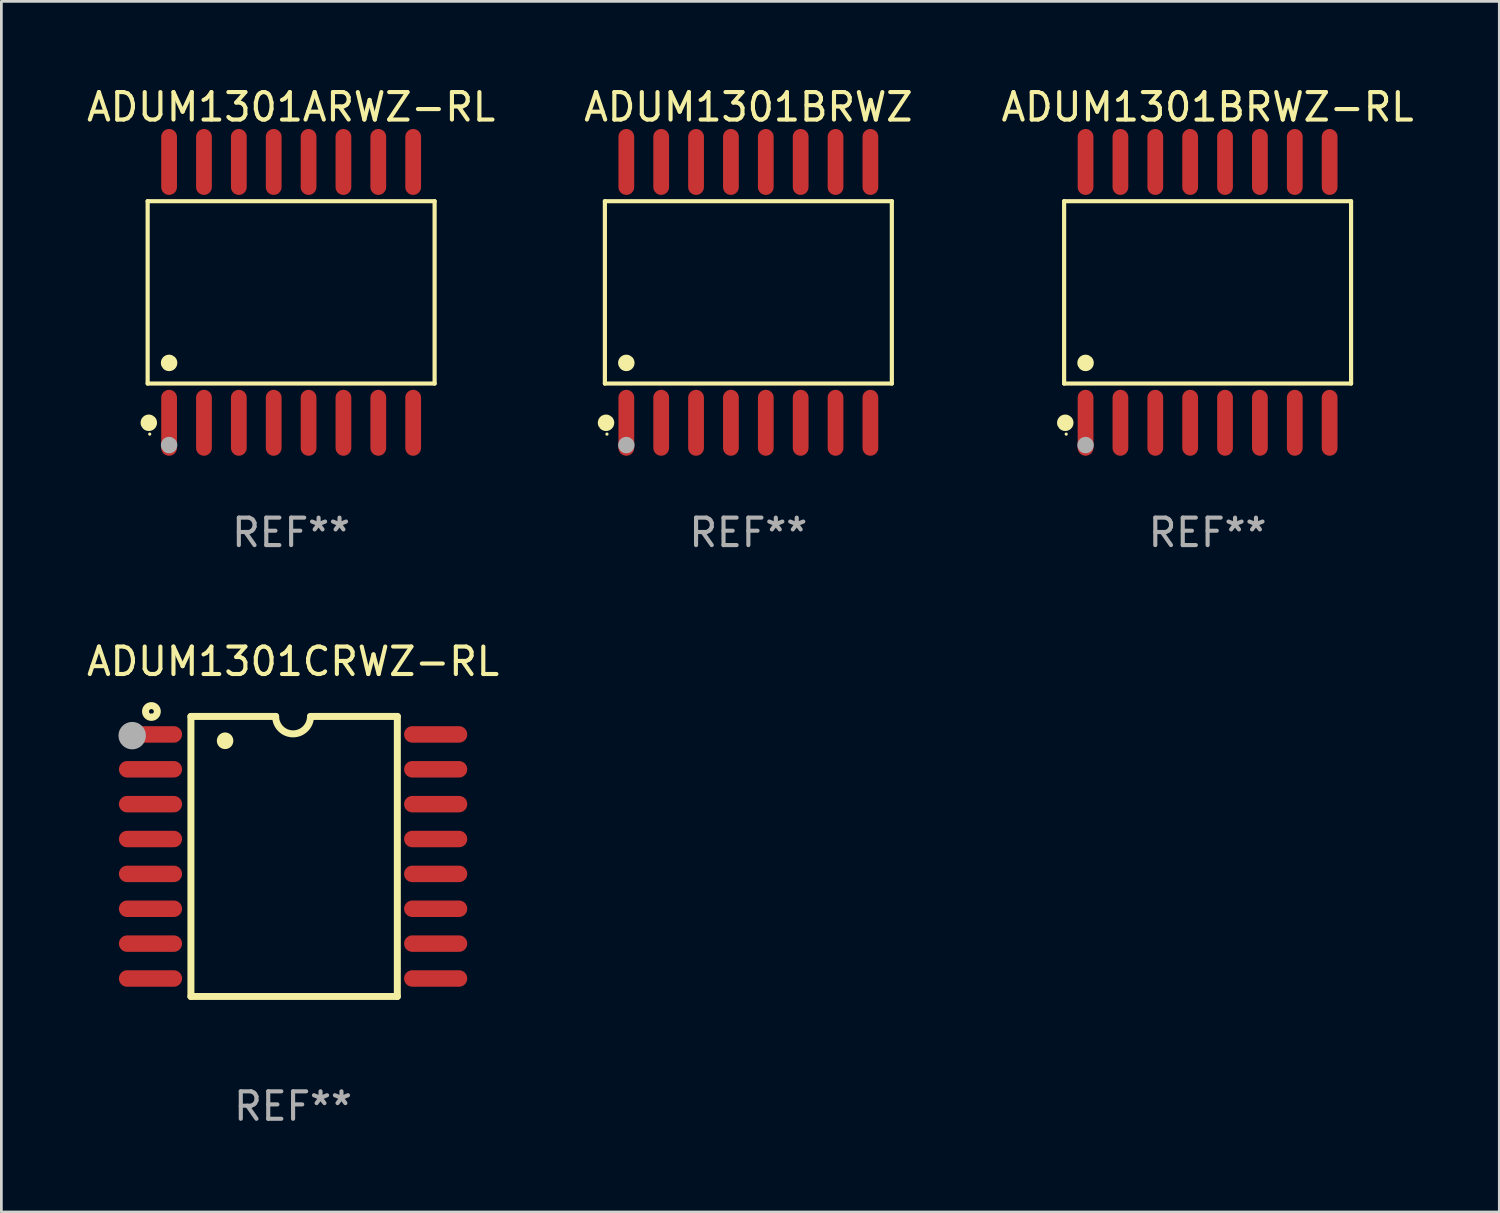
<source format=kicad_pcb>
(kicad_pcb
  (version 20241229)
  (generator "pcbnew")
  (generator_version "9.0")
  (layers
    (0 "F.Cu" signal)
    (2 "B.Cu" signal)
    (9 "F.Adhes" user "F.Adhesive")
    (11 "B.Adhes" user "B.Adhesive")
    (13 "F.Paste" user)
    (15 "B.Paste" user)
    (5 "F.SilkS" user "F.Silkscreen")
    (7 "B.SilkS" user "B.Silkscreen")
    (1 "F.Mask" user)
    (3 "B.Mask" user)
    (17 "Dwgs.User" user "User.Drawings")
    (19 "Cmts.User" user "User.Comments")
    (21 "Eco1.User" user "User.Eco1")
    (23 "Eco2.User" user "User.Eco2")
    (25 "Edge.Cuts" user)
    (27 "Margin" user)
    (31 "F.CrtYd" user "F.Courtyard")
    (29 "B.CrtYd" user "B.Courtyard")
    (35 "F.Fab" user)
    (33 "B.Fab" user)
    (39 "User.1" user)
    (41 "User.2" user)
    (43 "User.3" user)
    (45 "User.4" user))
  (footprint "ADUM1301CRWZ-RL"
    (layer "F.Cu")
    (at 7.625 28.145)
    (property "Reference" "ADUM1301CRWZ-RL" (at 0 -7.1 0) (layer "F.SilkS") (effects (font (size 1 1) (thickness 0.15))))
    (attr through_hole)
    (fp_line (start -3.721 -5.1) (end -3.721 5.1) (stroke (width 0.254) (type solid)) (layer "F.SilkS"))
    (fp_line (start -3.721 -5.1) (end -0.635 -5.1) (stroke (width 0.254) (type solid)) (layer "F.SilkS"))
    (fp_line (start -3.721 5.1) (end 3.797 5.1) (stroke (width 0.254) (type solid)) (layer "F.SilkS"))
    (fp_line (start 3.797 -5.1) (end 0.635 -5.1) (stroke (width 0.254) (type solid)) (layer "F.SilkS"))
    (fp_line (start 3.797 5.1) (end 3.797 -5.1) (stroke (width 0.254) (type solid)) (layer "F.SilkS"))
    (fp_arc (start -2.476556 -4.211328) (mid -2.476567 -4.213868) (end -2.476556 -4.216408) (stroke (width 0.6) (type solid)) (layer "F.SilkS"))
    (fp_arc (start 0.63495 -5.100076) (mid -0.000178 -4.465329) (end -0.635052 -5.10033) (stroke (width 0.254001) (type solid)) (layer "F.SilkS"))
    (fp_circle (center -5.16 -5.28) (end -4.945 -5.28) (stroke (width 0.254) (type solid)) (fill no) (layer "F.SilkS"))
    (fp_circle (center -5.15 -5.15) (end -5.12 -5.15) (stroke (width 0.06) (type solid)) (fill no) (layer "F.SilkS"))
    (fp_circle (center -5.86 -4.4) (end -5.61 -4.4) (stroke (width 0.5) (type solid)) (fill no) (layer "F.Fab"))
    (fp_text user "REF**" (at 0 9.1 0) (layer "F.Fab") (effects (font (size 1 1) (thickness 0.15))))
    (pad "1" smd oval (at -5.194 -4.445) (size 2.3 0.6) (layers "F.Cu" "F.Mask" "F.Paste"))
    (pad "2" smd oval (at -5.194 -3.175) (size 2.3 0.6) (layers "F.Cu" "F.Mask" "F.Paste"))
    (pad "3" smd oval (at -5.194 -1.905) (size 2.3 0.6) (layers "F.Cu" "F.Mask" "F.Paste"))
    (pad "4" smd oval (at -5.194 -0.635) (size 2.3 0.6) (layers "F.Cu" "F.Mask" "F.Paste"))
    (pad "5" smd oval (at -5.194 0.635) (size 2.3 0.6) (layers "F.Cu" "F.Mask" "F.Paste"))
    (pad "6" smd oval (at -5.194 1.905) (size 2.3 0.6) (layers "F.Cu" "F.Mask" "F.Paste"))
    (pad "7" smd oval (at -5.194 3.175) (size 2.3 0.6) (layers "F.Cu" "F.Mask" "F.Paste"))
    (pad "8" smd oval (at -5.194 4.445) (size 2.3 0.6) (layers "F.Cu" "F.Mask" "F.Paste"))
    (pad "9" smd oval (at 5.194 4.445) (size 2.3 0.6) (layers "F.Cu" "F.Mask" "F.Paste"))
    (pad "10" smd oval (at 5.194 3.175) (size 2.3 0.6) (layers "F.Cu" "F.Mask" "F.Paste"))
    (pad "11" smd oval (at 5.194 1.905) (size 2.3 0.6) (layers "F.Cu" "F.Mask" "F.Paste"))
    (pad "12" smd oval (at 5.194 0.635) (size 2.3 0.6) (layers "F.Cu" "F.Mask" "F.Paste"))
    (pad "13" smd oval (at 5.194 -0.635) (size 2.3 0.6) (layers "F.Cu" "F.Mask" "F.Paste"))
    (pad "14" smd oval (at 5.194 -1.905) (size 2.3 0.6) (layers "F.Cu" "F.Mask" "F.Paste"))
    (pad "15" smd oval (at 5.194 -3.175) (size 2.3 0.6) (layers "F.Cu" "F.Mask" "F.Paste"))
    (pad "16" smd oval (at 5.194 -4.445) (size 2.3 0.6) (layers "F.Cu" "F.Mask" "F.Paste")))
  (footprint "ADUM1301BRWZ"
    (layer "F.Cu")
    (at 24.208 7.599)
    (property "Reference" "ADUM1301BRWZ" (at 0 -6.75 0) (layer "F.SilkS") (effects (font (size 1 1) (thickness 0.15))))
    (attr through_hole)
    (fp_line (start -5.226 -3.321) (end 5.226 -3.321) (stroke (width 0.152) (type solid)) (layer "F.SilkS"))
    (fp_line (start -5.226 3.321) (end -5.226 -3.321) (stroke (width 0.152) (type solid)) (layer "F.SilkS"))
    (fp_line (start 5.226 -3.321) (end 5.226 3.321) (stroke (width 0.152) (type solid)) (layer "F.SilkS"))
    (fp_line (start 5.226 3.321) (end -5.226 3.321) (stroke (width 0.152) (type solid)) (layer "F.SilkS"))
    (fp_circle (center -5.184 4.75) (end -5.034 4.75) (stroke (width 0.3) (type solid)) (fill no) (layer "F.SilkS"))
    (fp_circle (center -5.15 5.163) (end -5.12 5.163) (stroke (width 0.06) (type solid)) (fill no) (layer "F.SilkS"))
    (fp_circle (center -4.445 2.569) (end -4.295 2.569) (stroke (width 0.3) (type solid)) (fill no) (layer "F.SilkS"))
    (fp_circle (center -4.445 5.563) (end -4.295 5.563) (stroke (width 0.3) (type solid)) (fill no) (layer "F.Fab"))
    (fp_text user "REF**" (at 0 8.75 0) (layer "F.Fab") (effects (font (size 1 1) (thickness 0.15))))
    (pad "1" smd oval (at -4.445 4.75) (size 0.574 2.401) (layers "F.Cu" "F.Mask" "F.Paste"))
    (pad "2" smd oval (at -3.175 4.75) (size 0.574 2.401) (layers "F.Cu" "F.Mask" "F.Paste"))
    (pad "3" smd oval (at -1.905 4.75) (size 0.574 2.401) (layers "F.Cu" "F.Mask" "F.Paste"))
    (pad "4" smd oval (at -0.635 4.75) (size 0.574 2.401) (layers "F.Cu" "F.Mask" "F.Paste"))
    (pad "5" smd oval (at 0.635 4.75) (size 0.574 2.401) (layers "F.Cu" "F.Mask" "F.Paste"))
    (pad "6" smd oval (at 1.905 4.75) (size 0.574 2.401) (layers "F.Cu" "F.Mask" "F.Paste"))
    (pad "7" smd oval (at 3.175 4.75) (size 0.574 2.401) (layers "F.Cu" "F.Mask" "F.Paste"))
    (pad "8" smd oval (at 4.445 4.75) (size 0.574 2.401) (layers "F.Cu" "F.Mask" "F.Paste"))
    (pad "9" smd oval (at 4.445 -4.75) (size 0.574 2.401) (layers "F.Cu" "F.Mask" "F.Paste"))
    (pad "10" smd oval (at 3.175 -4.75) (size 0.574 2.401) (layers "F.Cu" "F.Mask" "F.Paste"))
    (pad "11" smd oval (at 1.905 -4.75) (size 0.574 2.401) (layers "F.Cu" "F.Mask" "F.Paste"))
    (pad "12" smd oval (at 0.635 -4.75) (size 0.574 2.401) (layers "F.Cu" "F.Mask" "F.Paste"))
    (pad "13" smd oval (at -0.635 -4.75) (size 0.574 2.401) (layers "F.Cu" "F.Mask" "F.Paste"))
    (pad "14" smd oval (at -1.905 -4.75) (size 0.574 2.401) (layers "F.Cu" "F.Mask" "F.Paste"))
    (pad "15" smd oval (at -3.175 -4.75) (size 0.574 2.401) (layers "F.Cu" "F.Mask" "F.Paste"))
    (pad "16" smd oval (at -4.445 -4.75) (size 0.574 2.401) (layers "F.Cu" "F.Mask" "F.Paste")))
  (footprint "ADUM1301ARWZ-RL"
    (layer "F.Cu")
    (at 7.554 7.599)
    (property "Reference" "ADUM1301ARWZ-RL" (at 0 -6.75 0) (layer "F.SilkS") (effects (font (size 1 1) (thickness 0.15))))
    (attr through_hole)
    (fp_line (start -5.226 -3.321) (end 5.226 -3.321) (stroke (width 0.152) (type solid)) (layer "F.SilkS"))
    (fp_line (start -5.226 3.321) (end -5.226 -3.321) (stroke (width 0.152) (type solid)) (layer "F.SilkS"))
    (fp_line (start 5.226 -3.321) (end 5.226 3.321) (stroke (width 0.152) (type solid)) (layer "F.SilkS"))
    (fp_line (start 5.226 3.321) (end -5.226 3.321) (stroke (width 0.152) (type solid)) (layer "F.SilkS"))
    (fp_circle (center -5.184 4.75) (end -5.034 4.75) (stroke (width 0.3) (type solid)) (fill no) (layer "F.SilkS"))
    (fp_circle (center -5.15 5.163) (end -5.12 5.163) (stroke (width 0.06) (type solid)) (fill no) (layer "F.SilkS"))
    (fp_circle (center -4.445 2.569) (end -4.295 2.569) (stroke (width 0.3) (type solid)) (fill no) (layer "F.SilkS"))
    (fp_circle (center -4.445 5.563) (end -4.295 5.563) (stroke (width 0.3) (type solid)) (fill no) (layer "F.Fab"))
    (fp_text user "REF**" (at 0 8.75 0) (layer "F.Fab") (effects (font (size 1 1) (thickness 0.15))))
    (pad "1" smd oval (at -4.445 4.75) (size 0.574 2.401) (layers "F.Cu" "F.Mask" "F.Paste"))
    (pad "2" smd oval (at -3.175 4.75) (size 0.574 2.401) (layers "F.Cu" "F.Mask" "F.Paste"))
    (pad "3" smd oval (at -1.905 4.75) (size 0.574 2.401) (layers "F.Cu" "F.Mask" "F.Paste"))
    (pad "4" smd oval (at -0.635 4.75) (size 0.574 2.401) (layers "F.Cu" "F.Mask" "F.Paste"))
    (pad "5" smd oval (at 0.635 4.75) (size 0.574 2.401) (layers "F.Cu" "F.Mask" "F.Paste"))
    (pad "6" smd oval (at 1.905 4.75) (size 0.574 2.401) (layers "F.Cu" "F.Mask" "F.Paste"))
    (pad "7" smd oval (at 3.175 4.75) (size 0.574 2.401) (layers "F.Cu" "F.Mask" "F.Paste"))
    (pad "8" smd oval (at 4.445 4.75) (size 0.574 2.401) (layers "F.Cu" "F.Mask" "F.Paste"))
    (pad "9" smd oval (at 4.445 -4.75) (size 0.574 2.401) (layers "F.Cu" "F.Mask" "F.Paste"))
    (pad "10" smd oval (at 3.175 -4.75) (size 0.574 2.401) (layers "F.Cu" "F.Mask" "F.Paste"))
    (pad "11" smd oval (at 1.905 -4.75) (size 0.574 2.401) (layers "F.Cu" "F.Mask" "F.Paste"))
    (pad "12" smd oval (at 0.635 -4.75) (size 0.574 2.401) (layers "F.Cu" "F.Mask" "F.Paste"))
    (pad "13" smd oval (at -0.635 -4.75) (size 0.574 2.401) (layers "F.Cu" "F.Mask" "F.Paste"))
    (pad "14" smd oval (at -1.905 -4.75) (size 0.574 2.401) (layers "F.Cu" "F.Mask" "F.Paste"))
    (pad "15" smd oval (at -3.175 -4.75) (size 0.574 2.401) (layers "F.Cu" "F.Mask" "F.Paste"))
    (pad "16" smd oval (at -4.445 -4.75) (size 0.574 2.401) (layers "F.Cu" "F.Mask" "F.Paste")))
  (footprint "ADUM1301BRWZ-RL"
    (layer "F.Cu")
    (at 40.935 7.599)
    (property "Reference" "ADUM1301BRWZ-RL" (at 0 -6.75 0) (layer "F.SilkS") (effects (font (size 1 1) (thickness 0.15))))
    (attr through_hole)
    (fp_line (start -5.226 -3.321) (end 5.226 -3.321) (stroke (width 0.152) (type solid)) (layer "F.SilkS"))
    (fp_line (start -5.226 3.321) (end -5.226 -3.321) (stroke (width 0.152) (type solid)) (layer "F.SilkS"))
    (fp_line (start 5.226 -3.321) (end 5.226 3.321) (stroke (width 0.152) (type solid)) (layer "F.SilkS"))
    (fp_line (start 5.226 3.321) (end -5.226 3.321) (stroke (width 0.152) (type solid)) (layer "F.SilkS"))
    (fp_circle (center -5.184 4.75) (end -5.034 4.75) (stroke (width 0.3) (type solid)) (fill no) (layer "F.SilkS"))
    (fp_circle (center -5.15 5.163) (end -5.12 5.163) (stroke (width 0.06) (type solid)) (fill no) (layer "F.SilkS"))
    (fp_circle (center -4.445 2.569) (end -4.295 2.569) (stroke (width 0.3) (type solid)) (fill no) (layer "F.SilkS"))
    (fp_circle (center -4.445 5.563) (end -4.295 5.563) (stroke (width 0.3) (type solid)) (fill no) (layer "F.Fab"))
    (fp_text user "REF**" (at 0 8.75 0) (layer "F.Fab") (effects (font (size 1 1) (thickness 0.15))))
    (pad "1" smd oval (at -4.445 4.75) (size 0.574 2.401) (layers "F.Cu" "F.Mask" "F.Paste"))
    (pad "2" smd oval (at -3.175 4.75) (size 0.574 2.401) (layers "F.Cu" "F.Mask" "F.Paste"))
    (pad "3" smd oval (at -1.905 4.75) (size 0.574 2.401) (layers "F.Cu" "F.Mask" "F.Paste"))
    (pad "4" smd oval (at -0.635 4.75) (size 0.574 2.401) (layers "F.Cu" "F.Mask" "F.Paste"))
    (pad "5" smd oval (at 0.635 4.75) (size 0.574 2.401) (layers "F.Cu" "F.Mask" "F.Paste"))
    (pad "6" smd oval (at 1.905 4.75) (size 0.574 2.401) (layers "F.Cu" "F.Mask" "F.Paste"))
    (pad "7" smd oval (at 3.175 4.75) (size 0.574 2.401) (layers "F.Cu" "F.Mask" "F.Paste"))
    (pad "8" smd oval (at 4.445 4.75) (size 0.574 2.401) (layers "F.Cu" "F.Mask" "F.Paste"))
    (pad "9" smd oval (at 4.445 -4.75) (size 0.574 2.401) (layers "F.Cu" "F.Mask" "F.Paste"))
    (pad "10" smd oval (at 3.175 -4.75) (size 0.574 2.401) (layers "F.Cu" "F.Mask" "F.Paste"))
    (pad "11" smd oval (at 1.905 -4.75) (size 0.574 2.401) (layers "F.Cu" "F.Mask" "F.Paste"))
    (pad "12" smd oval (at 0.635 -4.75) (size 0.574 2.401) (layers "F.Cu" "F.Mask" "F.Paste"))
    (pad "13" smd oval (at -0.635 -4.75) (size 0.574 2.401) (layers "F.Cu" "F.Mask" "F.Paste"))
    (pad "14" smd oval (at -1.905 -4.75) (size 0.574 2.401) (layers "F.Cu" "F.Mask" "F.Paste"))
    (pad "15" smd oval (at -3.175 -4.75) (size 0.574 2.401) (layers "F.Cu" "F.Mask" "F.Paste"))
    (pad "16" smd oval (at -4.445 -4.75) (size 0.574 2.401) (layers "F.Cu" "F.Mask" "F.Paste")))
  (gr_rect
    (start -3 -3)
    (end 51.56 41.094)
    (stroke (width 0.1) (type default))
    (fill no)
    (layer "Edge.Cuts")))
</source>
